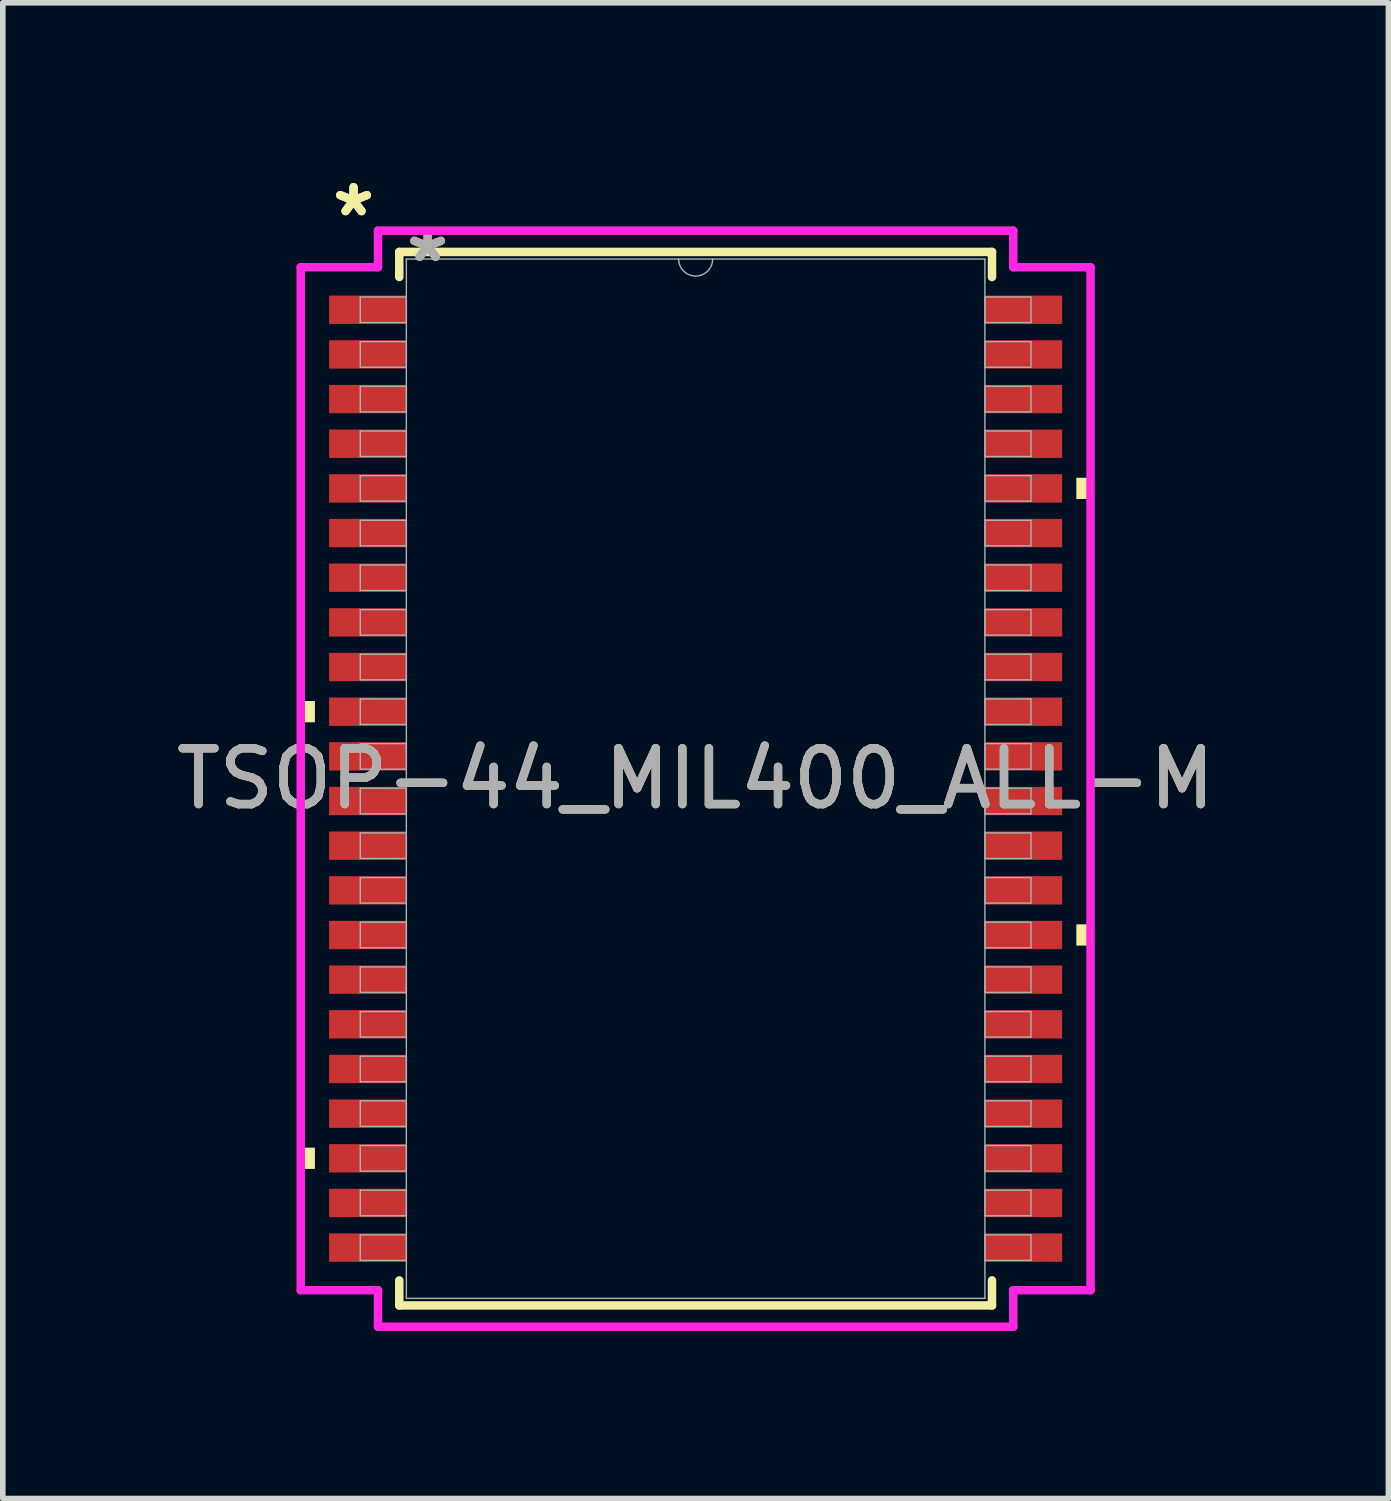
<source format=kicad_pcb>
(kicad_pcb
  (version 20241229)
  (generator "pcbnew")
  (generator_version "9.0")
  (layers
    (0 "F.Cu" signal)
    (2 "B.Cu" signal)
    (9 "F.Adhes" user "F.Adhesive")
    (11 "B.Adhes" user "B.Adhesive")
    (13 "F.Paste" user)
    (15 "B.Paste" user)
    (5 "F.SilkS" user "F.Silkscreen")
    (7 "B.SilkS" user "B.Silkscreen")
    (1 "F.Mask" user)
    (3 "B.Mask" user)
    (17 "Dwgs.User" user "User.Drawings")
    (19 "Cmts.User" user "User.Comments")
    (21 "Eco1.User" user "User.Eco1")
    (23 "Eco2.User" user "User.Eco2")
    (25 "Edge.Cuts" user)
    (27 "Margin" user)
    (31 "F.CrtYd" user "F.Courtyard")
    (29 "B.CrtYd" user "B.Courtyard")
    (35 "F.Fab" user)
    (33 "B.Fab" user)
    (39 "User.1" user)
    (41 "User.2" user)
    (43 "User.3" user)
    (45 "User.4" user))
  (footprint "TSOP-44_MIL400_ALL-M"
    (layer "F.Cu")
    (at 9.411 10.899)
    (property "Reference" "TSOP-44_MIL400_ALL-M" (at 0 0 0) (unlocked yes) (layer "F.SilkS") (effects (font (size 1 1) (thickness 0.15))))
    (attr smd)
    (fp_line (start -5.309 -9.436) (end -5.309 -8.987) (stroke (width 0.152) (type solid)) (layer "F.SilkS"))
    (fp_line (start -5.309 8.987) (end -5.309 9.436) (stroke (width 0.152) (type solid)) (layer "F.SilkS"))
    (fp_line (start -5.309 9.436) (end 5.309 9.436) (stroke (width 0.152) (type solid)) (layer "F.SilkS"))
    (fp_line (start 5.309 -9.436) (end -5.309 -9.436) (stroke (width 0.152) (type solid)) (layer "F.SilkS"))
    (fp_line (start 5.309 -8.987) (end 5.309 -9.436) (stroke (width 0.152) (type solid)) (layer "F.SilkS"))
    (fp_line (start 5.309 9.436) (end 5.309 8.987) (stroke (width 0.152) (type solid)) (layer "F.SilkS"))
    (fp_poly (pts (xy -7.074 -1.391) (xy -7.074 -1.01) (xy -6.82 -1.01) (xy -6.82 -1.391)) (stroke (width 0) (type solid)) (fill yes) (layer "F.SilkS"))
    (fp_poly (pts (xy -7.074 6.609) (xy -7.074 6.99) (xy -6.82 6.99) (xy -6.82 6.609)) (stroke (width 0) (type solid)) (fill yes) (layer "F.SilkS"))
    (fp_poly (pts (xy 7.074 -5.391) (xy 7.074 -5.01) (xy 6.82 -5.01) (xy 6.82 -5.391)) (stroke (width 0) (type solid)) (fill yes) (layer "F.SilkS"))
    (fp_poly (pts (xy 7.074 2.609) (xy 7.074 2.99) (xy 6.82 2.99) (xy 6.82 2.609)) (stroke (width 0) (type solid)) (fill yes) (layer "F.SilkS"))
    (fp_line (start -7.074 -9.162) (end -5.69 -9.162) (stroke (width 0.152) (type solid)) (layer "F.CrtYd"))
    (fp_line (start -7.074 9.162) (end -7.074 -9.162) (stroke (width 0.152) (type solid)) (layer "F.CrtYd"))
    (fp_line (start -7.074 9.162) (end -5.69 9.162) (stroke (width 0.152) (type solid)) (layer "F.CrtYd"))
    (fp_line (start -5.69 -9.817) (end 5.69 -9.817) (stroke (width 0.152) (type solid)) (layer "F.CrtYd"))
    (fp_line (start -5.69 -9.162) (end -5.69 -9.817) (stroke (width 0.152) (type solid)) (layer "F.CrtYd"))
    (fp_line (start -5.69 9.817) (end -5.69 9.162) (stroke (width 0.152) (type solid)) (layer "F.CrtYd"))
    (fp_line (start 5.69 -9.817) (end 5.69 -9.162) (stroke (width 0.152) (type solid)) (layer "F.CrtYd"))
    (fp_line (start 5.69 9.162) (end 5.69 9.817) (stroke (width 0.152) (type solid)) (layer "F.CrtYd"))
    (fp_line (start 5.69 9.817) (end -5.69 9.817) (stroke (width 0.152) (type solid)) (layer "F.CrtYd"))
    (fp_line (start 7.074 -9.162) (end 5.69 -9.162) (stroke (width 0.152) (type solid)) (layer "F.CrtYd"))
    (fp_line (start 7.074 -9.162) (end 7.074 9.162) (stroke (width 0.152) (type solid)) (layer "F.CrtYd"))
    (fp_line (start 7.074 9.162) (end 5.69 9.162) (stroke (width 0.152) (type solid)) (layer "F.CrtYd"))
    (fp_line (start -6.007 -8.629) (end -6.007 -8.171) (stroke (width 0.025) (type solid)) (layer "F.Fab"))
    (fp_line (start -6.007 -8.171) (end -5.182 -8.171) (stroke (width 0.025) (type solid)) (layer "F.Fab"))
    (fp_line (start -6.007 -7.829) (end -6.007 -7.371) (stroke (width 0.025) (type solid)) (layer "F.Fab"))
    (fp_line (start -6.007 -7.371) (end -5.182 -7.371) (stroke (width 0.025) (type solid)) (layer "F.Fab"))
    (fp_line (start -6.007 -7.029) (end -6.007 -6.571) (stroke (width 0.025) (type solid)) (layer "F.Fab"))
    (fp_line (start -6.007 -6.571) (end -5.182 -6.571) (stroke (width 0.025) (type solid)) (layer "F.Fab"))
    (fp_line (start -6.007 -6.229) (end -6.007 -5.771) (stroke (width 0.025) (type solid)) (layer "F.Fab"))
    (fp_line (start -6.007 -5.771) (end -5.182 -5.771) (stroke (width 0.025) (type solid)) (layer "F.Fab"))
    (fp_line (start -6.007 -5.429) (end -6.007 -4.971) (stroke (width 0.025) (type solid)) (layer "F.Fab"))
    (fp_line (start -6.007 -4.971) (end -5.182 -4.971) (stroke (width 0.025) (type solid)) (layer "F.Fab"))
    (fp_line (start -6.007 -4.629) (end -6.007 -4.171) (stroke (width 0.025) (type solid)) (layer "F.Fab"))
    (fp_line (start -6.007 -4.171) (end -5.182 -4.171) (stroke (width 0.025) (type solid)) (layer "F.Fab"))
    (fp_line (start -6.007 -3.829) (end -6.007 -3.371) (stroke (width 0.025) (type solid)) (layer "F.Fab"))
    (fp_line (start -6.007 -3.371) (end -5.182 -3.371) (stroke (width 0.025) (type solid)) (layer "F.Fab"))
    (fp_line (start -6.007 -3.029) (end -6.007 -2.571) (stroke (width 0.025) (type solid)) (layer "F.Fab"))
    (fp_line (start -6.007 -2.571) (end -5.182 -2.571) (stroke (width 0.025) (type solid)) (layer "F.Fab"))
    (fp_line (start -6.007 -2.229) (end -6.007 -1.771) (stroke (width 0.025) (type solid)) (layer "F.Fab"))
    (fp_line (start -6.007 -1.771) (end -5.182 -1.771) (stroke (width 0.025) (type solid)) (layer "F.Fab"))
    (fp_line (start -6.007 -1.429) (end -6.007 -0.971) (stroke (width 0.025) (type solid)) (layer "F.Fab"))
    (fp_line (start -6.007 -0.971) (end -5.182 -0.971) (stroke (width 0.025) (type solid)) (layer "F.Fab"))
    (fp_line (start -6.007 -0.629) (end -6.007 -0.171) (stroke (width 0.025) (type solid)) (layer "F.Fab"))
    (fp_line (start -6.007 -0.171) (end -5.182 -0.171) (stroke (width 0.025) (type solid)) (layer "F.Fab"))
    (fp_line (start -6.007 0.171) (end -6.007 0.629) (stroke (width 0.025) (type solid)) (layer "F.Fab"))
    (fp_line (start -6.007 0.629) (end -5.182 0.629) (stroke (width 0.025) (type solid)) (layer "F.Fab"))
    (fp_line (start -6.007 0.971) (end -6.007 1.429) (stroke (width 0.025) (type solid)) (layer "F.Fab"))
    (fp_line (start -6.007 1.429) (end -5.182 1.429) (stroke (width 0.025) (type solid)) (layer "F.Fab"))
    (fp_line (start -6.007 1.771) (end -6.007 2.229) (stroke (width 0.025) (type solid)) (layer "F.Fab"))
    (fp_line (start -6.007 2.229) (end -5.182 2.229) (stroke (width 0.025) (type solid)) (layer "F.Fab"))
    (fp_line (start -6.007 2.571) (end -6.007 3.029) (stroke (width 0.025) (type solid)) (layer "F.Fab"))
    (fp_line (start -6.007 3.029) (end -5.182 3.029) (stroke (width 0.025) (type solid)) (layer "F.Fab"))
    (fp_line (start -6.007 3.371) (end -6.007 3.829) (stroke (width 0.025) (type solid)) (layer "F.Fab"))
    (fp_line (start -6.007 3.829) (end -5.182 3.829) (stroke (width 0.025) (type solid)) (layer "F.Fab"))
    (fp_line (start -6.007 4.171) (end -6.007 4.629) (stroke (width 0.025) (type solid)) (layer "F.Fab"))
    (fp_line (start -6.007 4.629) (end -5.182 4.629) (stroke (width 0.025) (type solid)) (layer "F.Fab"))
    (fp_line (start -6.007 4.971) (end -6.007 5.429) (stroke (width 0.025) (type solid)) (layer "F.Fab"))
    (fp_line (start -6.007 5.429) (end -5.182 5.429) (stroke (width 0.025) (type solid)) (layer "F.Fab"))
    (fp_line (start -6.007 5.771) (end -6.007 6.229) (stroke (width 0.025) (type solid)) (layer "F.Fab"))
    (fp_line (start -6.007 6.229) (end -5.182 6.229) (stroke (width 0.025) (type solid)) (layer "F.Fab"))
    (fp_line (start -6.007 6.571) (end -6.007 7.029) (stroke (width 0.025) (type solid)) (layer "F.Fab"))
    (fp_line (start -6.007 7.029) (end -5.182 7.029) (stroke (width 0.025) (type solid)) (layer "F.Fab"))
    (fp_line (start -6.007 7.371) (end -6.007 7.829) (stroke (width 0.025) (type solid)) (layer "F.Fab"))
    (fp_line (start -6.007 7.829) (end -5.182 7.829) (stroke (width 0.025) (type solid)) (layer "F.Fab"))
    (fp_line (start -6.007 8.171) (end -6.007 8.629) (stroke (width 0.025) (type solid)) (layer "F.Fab"))
    (fp_line (start -6.007 8.629) (end -5.182 8.629) (stroke (width 0.025) (type solid)) (layer "F.Fab"))
    (fp_line (start -5.182 -9.309) (end -5.182 9.309) (stroke (width 0.025) (type solid)) (layer "F.Fab"))
    (fp_line (start -5.182 -8.629) (end -6.007 -8.629) (stroke (width 0.025) (type solid)) (layer "F.Fab"))
    (fp_line (start -5.182 -8.171) (end -5.182 -8.629) (stroke (width 0.025) (type solid)) (layer "F.Fab"))
    (fp_line (start -5.182 -7.829) (end -6.007 -7.829) (stroke (width 0.025) (type solid)) (layer "F.Fab"))
    (fp_line (start -5.182 -7.371) (end -5.182 -7.829) (stroke (width 0.025) (type solid)) (layer "F.Fab"))
    (fp_line (start -5.182 -7.029) (end -6.007 -7.029) (stroke (width 0.025) (type solid)) (layer "F.Fab"))
    (fp_line (start -5.182 -6.571) (end -5.182 -7.029) (stroke (width 0.025) (type solid)) (layer "F.Fab"))
    (fp_line (start -5.182 -6.229) (end -6.007 -6.229) (stroke (width 0.025) (type solid)) (layer "F.Fab"))
    (fp_line (start -5.182 -5.771) (end -5.182 -6.229) (stroke (width 0.025) (type solid)) (layer "F.Fab"))
    (fp_line (start -5.182 -5.429) (end -6.007 -5.429) (stroke (width 0.025) (type solid)) (layer "F.Fab"))
    (fp_line (start -5.182 -4.971) (end -5.182 -5.429) (stroke (width 0.025) (type solid)) (layer "F.Fab"))
    (fp_line (start -5.182 -4.629) (end -6.007 -4.629) (stroke (width 0.025) (type solid)) (layer "F.Fab"))
    (fp_line (start -5.182 -4.171) (end -5.182 -4.629) (stroke (width 0.025) (type solid)) (layer "F.Fab"))
    (fp_line (start -5.182 -3.829) (end -6.007 -3.829) (stroke (width 0.025) (type solid)) (layer "F.Fab"))
    (fp_line (start -5.182 -3.371) (end -5.182 -3.829) (stroke (width 0.025) (type solid)) (layer "F.Fab"))
    (fp_line (start -5.182 -3.029) (end -6.007 -3.029) (stroke (width 0.025) (type solid)) (layer "F.Fab"))
    (fp_line (start -5.182 -2.571) (end -5.182 -3.029) (stroke (width 0.025) (type solid)) (layer "F.Fab"))
    (fp_line (start -5.182 -2.229) (end -6.007 -2.229) (stroke (width 0.025) (type solid)) (layer "F.Fab"))
    (fp_line (start -5.182 -1.771) (end -5.182 -2.229) (stroke (width 0.025) (type solid)) (layer "F.Fab"))
    (fp_line (start -5.182 -1.429) (end -6.007 -1.429) (stroke (width 0.025) (type solid)) (layer "F.Fab"))
    (fp_line (start -5.182 -0.971) (end -5.182 -1.429) (stroke (width 0.025) (type solid)) (layer "F.Fab"))
    (fp_line (start -5.182 -0.629) (end -6.007 -0.629) (stroke (width 0.025) (type solid)) (layer "F.Fab"))
    (fp_line (start -5.182 -0.171) (end -5.182 -0.629) (stroke (width 0.025) (type solid)) (layer "F.Fab"))
    (fp_line (start -5.182 0.171) (end -6.007 0.171) (stroke (width 0.025) (type solid)) (layer "F.Fab"))
    (fp_line (start -5.182 0.629) (end -5.182 0.171) (stroke (width 0.025) (type solid)) (layer "F.Fab"))
    (fp_line (start -5.182 0.971) (end -6.007 0.971) (stroke (width 0.025) (type solid)) (layer "F.Fab"))
    (fp_line (start -5.182 1.429) (end -5.182 0.971) (stroke (width 0.025) (type solid)) (layer "F.Fab"))
    (fp_line (start -5.182 1.771) (end -6.007 1.771) (stroke (width 0.025) (type solid)) (layer "F.Fab"))
    (fp_line (start -5.182 2.229) (end -5.182 1.771) (stroke (width 0.025) (type solid)) (layer "F.Fab"))
    (fp_line (start -5.182 2.571) (end -6.007 2.571) (stroke (width 0.025) (type solid)) (layer "F.Fab"))
    (fp_line (start -5.182 3.029) (end -5.182 2.571) (stroke (width 0.025) (type solid)) (layer "F.Fab"))
    (fp_line (start -5.182 3.371) (end -6.007 3.371) (stroke (width 0.025) (type solid)) (layer "F.Fab"))
    (fp_line (start -5.182 3.829) (end -5.182 3.371) (stroke (width 0.025) (type solid)) (layer "F.Fab"))
    (fp_line (start -5.182 4.171) (end -6.007 4.171) (stroke (width 0.025) (type solid)) (layer "F.Fab"))
    (fp_line (start -5.182 4.629) (end -5.182 4.171) (stroke (width 0.025) (type solid)) (layer "F.Fab"))
    (fp_line (start -5.182 4.971) (end -6.007 4.971) (stroke (width 0.025) (type solid)) (layer "F.Fab"))
    (fp_line (start -5.182 5.429) (end -5.182 4.971) (stroke (width 0.025) (type solid)) (layer "F.Fab"))
    (fp_line (start -5.182 5.771) (end -6.007 5.771) (stroke (width 0.025) (type solid)) (layer "F.Fab"))
    (fp_line (start -5.182 6.229) (end -5.182 5.771) (stroke (width 0.025) (type solid)) (layer "F.Fab"))
    (fp_line (start -5.182 6.571) (end -6.007 6.571) (stroke (width 0.025) (type solid)) (layer "F.Fab"))
    (fp_line (start -5.182 7.029) (end -5.182 6.571) (stroke (width 0.025) (type solid)) (layer "F.Fab"))
    (fp_line (start -5.182 7.371) (end -6.007 7.371) (stroke (width 0.025) (type solid)) (layer "F.Fab"))
    (fp_line (start -5.182 7.829) (end -5.182 7.371) (stroke (width 0.025) (type solid)) (layer "F.Fab"))
    (fp_line (start -5.182 8.171) (end -6.007 8.171) (stroke (width 0.025) (type solid)) (layer "F.Fab"))
    (fp_line (start -5.182 8.629) (end -5.182 8.171) (stroke (width 0.025) (type solid)) (layer "F.Fab"))
    (fp_line (start -5.182 9.309) (end 5.182 9.309) (stroke (width 0.025) (type solid)) (layer "F.Fab"))
    (fp_line (start 5.182 -9.309) (end -5.182 -9.309) (stroke (width 0.025) (type solid)) (layer "F.Fab"))
    (fp_line (start 5.182 -8.629) (end 5.182 -8.171) (stroke (width 0.025) (type solid)) (layer "F.Fab"))
    (fp_line (start 5.182 -8.171) (end 6.007 -8.171) (stroke (width 0.025) (type solid)) (layer "F.Fab"))
    (fp_line (start 5.182 -7.829) (end 5.182 -7.371) (stroke (width 0.025) (type solid)) (layer "F.Fab"))
    (fp_line (start 5.182 -7.371) (end 6.007 -7.371) (stroke (width 0.025) (type solid)) (layer "F.Fab"))
    (fp_line (start 5.182 -7.029) (end 5.182 -6.571) (stroke (width 0.025) (type solid)) (layer "F.Fab"))
    (fp_line (start 5.182 -6.571) (end 6.007 -6.571) (stroke (width 0.025) (type solid)) (layer "F.Fab"))
    (fp_line (start 5.182 -6.229) (end 5.182 -5.771) (stroke (width 0.025) (type solid)) (layer "F.Fab"))
    (fp_line (start 5.182 -5.771) (end 6.007 -5.771) (stroke (width 0.025) (type solid)) (layer "F.Fab"))
    (fp_line (start 5.182 -5.429) (end 5.182 -4.971) (stroke (width 0.025) (type solid)) (layer "F.Fab"))
    (fp_line (start 5.182 -4.971) (end 6.007 -4.971) (stroke (width 0.025) (type solid)) (layer "F.Fab"))
    (fp_line (start 5.182 -4.629) (end 5.182 -4.171) (stroke (width 0.025) (type solid)) (layer "F.Fab"))
    (fp_line (start 5.182 -4.171) (end 6.007 -4.171) (stroke (width 0.025) (type solid)) (layer "F.Fab"))
    (fp_line (start 5.182 -3.829) (end 5.182 -3.371) (stroke (width 0.025) (type solid)) (layer "F.Fab"))
    (fp_line (start 5.182 -3.371) (end 6.007 -3.371) (stroke (width 0.025) (type solid)) (layer "F.Fab"))
    (fp_line (start 5.182 -3.029) (end 5.182 -2.571) (stroke (width 0.025) (type solid)) (layer "F.Fab"))
    (fp_line (start 5.182 -2.571) (end 6.007 -2.571) (stroke (width 0.025) (type solid)) (layer "F.Fab"))
    (fp_line (start 5.182 -2.229) (end 5.182 -1.771) (stroke (width 0.025) (type solid)) (layer "F.Fab"))
    (fp_line (start 5.182 -1.771) (end 6.007 -1.771) (stroke (width 0.025) (type solid)) (layer "F.Fab"))
    (fp_line (start 5.182 -1.429) (end 5.182 -0.971) (stroke (width 0.025) (type solid)) (layer "F.Fab"))
    (fp_line (start 5.182 -0.971) (end 6.007 -0.971) (stroke (width 0.025) (type solid)) (layer "F.Fab"))
    (fp_line (start 5.182 -0.629) (end 5.182 -0.171) (stroke (width 0.025) (type solid)) (layer "F.Fab"))
    (fp_line (start 5.182 -0.171) (end 6.007 -0.171) (stroke (width 0.025) (type solid)) (layer "F.Fab"))
    (fp_line (start 5.182 0.171) (end 5.182 0.629) (stroke (width 0.025) (type solid)) (layer "F.Fab"))
    (fp_line (start 5.182 0.629) (end 6.007 0.629) (stroke (width 0.025) (type solid)) (layer "F.Fab"))
    (fp_line (start 5.182 0.971) (end 5.182 1.429) (stroke (width 0.025) (type solid)) (layer "F.Fab"))
    (fp_line (start 5.182 1.429) (end 6.007 1.429) (stroke (width 0.025) (type solid)) (layer "F.Fab"))
    (fp_line (start 5.182 1.771) (end 5.182 2.229) (stroke (width 0.025) (type solid)) (layer "F.Fab"))
    (fp_line (start 5.182 2.229) (end 6.007 2.229) (stroke (width 0.025) (type solid)) (layer "F.Fab"))
    (fp_line (start 5.182 2.571) (end 5.182 3.029) (stroke (width 0.025) (type solid)) (layer "F.Fab"))
    (fp_line (start 5.182 3.029) (end 6.007 3.029) (stroke (width 0.025) (type solid)) (layer "F.Fab"))
    (fp_line (start 5.182 3.371) (end 5.182 3.829) (stroke (width 0.025) (type solid)) (layer "F.Fab"))
    (fp_line (start 5.182 3.829) (end 6.007 3.829) (stroke (width 0.025) (type solid)) (layer "F.Fab"))
    (fp_line (start 5.182 4.171) (end 5.182 4.629) (stroke (width 0.025) (type solid)) (layer "F.Fab"))
    (fp_line (start 5.182 4.629) (end 6.007 4.629) (stroke (width 0.025) (type solid)) (layer "F.Fab"))
    (fp_line (start 5.182 4.971) (end 5.182 5.429) (stroke (width 0.025) (type solid)) (layer "F.Fab"))
    (fp_line (start 5.182 5.429) (end 6.007 5.429) (stroke (width 0.025) (type solid)) (layer "F.Fab"))
    (fp_line (start 5.182 5.771) (end 5.182 6.229) (stroke (width 0.025) (type solid)) (layer "F.Fab"))
    (fp_line (start 5.182 6.229) (end 6.007 6.229) (stroke (width 0.025) (type solid)) (layer "F.Fab"))
    (fp_line (start 5.182 6.571) (end 5.182 7.029) (stroke (width 0.025) (type solid)) (layer "F.Fab"))
    (fp_line (start 5.182 7.029) (end 6.007 7.029) (stroke (width 0.025) (type solid)) (layer "F.Fab"))
    (fp_line (start 5.182 7.371) (end 5.182 7.829) (stroke (width 0.025) (type solid)) (layer "F.Fab"))
    (fp_line (start 5.182 7.829) (end 6.007 7.829) (stroke (width 0.025) (type solid)) (layer "F.Fab"))
    (fp_line (start 5.182 8.171) (end 5.182 8.629) (stroke (width 0.025) (type solid)) (layer "F.Fab"))
    (fp_line (start 5.182 8.629) (end 6.007 8.629) (stroke (width 0.025) (type solid)) (layer "F.Fab"))
    (fp_line (start 5.182 9.309) (end 5.182 -9.309) (stroke (width 0.025) (type solid)) (layer "F.Fab"))
    (fp_line (start 6.007 -8.629) (end 5.182 -8.629) (stroke (width 0.025) (type solid)) (layer "F.Fab"))
    (fp_line (start 6.007 -8.171) (end 6.007 -8.629) (stroke (width 0.025) (type solid)) (layer "F.Fab"))
    (fp_line (start 6.007 -7.829) (end 5.182 -7.829) (stroke (width 0.025) (type solid)) (layer "F.Fab"))
    (fp_line (start 6.007 -7.371) (end 6.007 -7.829) (stroke (width 0.025) (type solid)) (layer "F.Fab"))
    (fp_line (start 6.007 -7.029) (end 5.182 -7.029) (stroke (width 0.025) (type solid)) (layer "F.Fab"))
    (fp_line (start 6.007 -6.571) (end 6.007 -7.029) (stroke (width 0.025) (type solid)) (layer "F.Fab"))
    (fp_line (start 6.007 -6.229) (end 5.182 -6.229) (stroke (width 0.025) (type solid)) (layer "F.Fab"))
    (fp_line (start 6.007 -5.771) (end 6.007 -6.229) (stroke (width 0.025) (type solid)) (layer "F.Fab"))
    (fp_line (start 6.007 -5.429) (end 5.182 -5.429) (stroke (width 0.025) (type solid)) (layer "F.Fab"))
    (fp_line (start 6.007 -4.971) (end 6.007 -5.429) (stroke (width 0.025) (type solid)) (layer "F.Fab"))
    (fp_line (start 6.007 -4.629) (end 5.182 -4.629) (stroke (width 0.025) (type solid)) (layer "F.Fab"))
    (fp_line (start 6.007 -4.171) (end 6.007 -4.629) (stroke (width 0.025) (type solid)) (layer "F.Fab"))
    (fp_line (start 6.007 -3.829) (end 5.182 -3.829) (stroke (width 0.025) (type solid)) (layer "F.Fab"))
    (fp_line (start 6.007 -3.371) (end 6.007 -3.829) (stroke (width 0.025) (type solid)) (layer "F.Fab"))
    (fp_line (start 6.007 -3.029) (end 5.182 -3.029) (stroke (width 0.025) (type solid)) (layer "F.Fab"))
    (fp_line (start 6.007 -2.571) (end 6.007 -3.029) (stroke (width 0.025) (type solid)) (layer "F.Fab"))
    (fp_line (start 6.007 -2.229) (end 5.182 -2.229) (stroke (width 0.025) (type solid)) (layer "F.Fab"))
    (fp_line (start 6.007 -1.771) (end 6.007 -2.229) (stroke (width 0.025) (type solid)) (layer "F.Fab"))
    (fp_line (start 6.007 -1.429) (end 5.182 -1.429) (stroke (width 0.025) (type solid)) (layer "F.Fab"))
    (fp_line (start 6.007 -0.971) (end 6.007 -1.429) (stroke (width 0.025) (type solid)) (layer "F.Fab"))
    (fp_line (start 6.007 -0.629) (end 5.182 -0.629) (stroke (width 0.025) (type solid)) (layer "F.Fab"))
    (fp_line (start 6.007 -0.171) (end 6.007 -0.629) (stroke (width 0.025) (type solid)) (layer "F.Fab"))
    (fp_line (start 6.007 0.171) (end 5.182 0.171) (stroke (width 0.025) (type solid)) (layer "F.Fab"))
    (fp_line (start 6.007 0.629) (end 6.007 0.171) (stroke (width 0.025) (type solid)) (layer "F.Fab"))
    (fp_line (start 6.007 0.971) (end 5.182 0.971) (stroke (width 0.025) (type solid)) (layer "F.Fab"))
    (fp_line (start 6.007 1.429) (end 6.007 0.971) (stroke (width 0.025) (type solid)) (layer "F.Fab"))
    (fp_line (start 6.007 1.771) (end 5.182 1.771) (stroke (width 0.025) (type solid)) (layer "F.Fab"))
    (fp_line (start 6.007 2.229) (end 6.007 1.771) (stroke (width 0.025) (type solid)) (layer "F.Fab"))
    (fp_line (start 6.007 2.571) (end 5.182 2.571) (stroke (width 0.025) (type solid)) (layer "F.Fab"))
    (fp_line (start 6.007 3.029) (end 6.007 2.571) (stroke (width 0.025) (type solid)) (layer "F.Fab"))
    (fp_line (start 6.007 3.371) (end 5.182 3.371) (stroke (width 0.025) (type solid)) (layer "F.Fab"))
    (fp_line (start 6.007 3.829) (end 6.007 3.371) (stroke (width 0.025) (type solid)) (layer "F.Fab"))
    (fp_line (start 6.007 4.171) (end 5.182 4.171) (stroke (width 0.025) (type solid)) (layer "F.Fab"))
    (fp_line (start 6.007 4.629) (end 6.007 4.171) (stroke (width 0.025) (type solid)) (layer "F.Fab"))
    (fp_line (start 6.007 4.971) (end 5.182 4.971) (stroke (width 0.025) (type solid)) (layer "F.Fab"))
    (fp_line (start 6.007 5.429) (end 6.007 4.971) (stroke (width 0.025) (type solid)) (layer "F.Fab"))
    (fp_line (start 6.007 5.771) (end 5.182 5.771) (stroke (width 0.025) (type solid)) (layer "F.Fab"))
    (fp_line (start 6.007 6.229) (end 6.007 5.771) (stroke (width 0.025) (type solid)) (layer "F.Fab"))
    (fp_line (start 6.007 6.571) (end 5.182 6.571) (stroke (width 0.025) (type solid)) (layer "F.Fab"))
    (fp_line (start 6.007 7.029) (end 6.007 6.571) (stroke (width 0.025) (type solid)) (layer "F.Fab"))
    (fp_line (start 6.007 7.371) (end 5.182 7.371) (stroke (width 0.025) (type solid)) (layer "F.Fab"))
    (fp_line (start 6.007 7.829) (end 6.007 7.371) (stroke (width 0.025) (type solid)) (layer "F.Fab"))
    (fp_line (start 6.007 8.171) (end 5.182 8.171) (stroke (width 0.025) (type solid)) (layer "F.Fab"))
    (fp_line (start 6.007 8.629) (end 6.007 8.171) (stroke (width 0.025) (type solid)) (layer "F.Fab"))
    (fp_arc (start 0.3048 -9.3091) (mid 0 -9.0043) (end -0.3048 -9.3091) (stroke (width 0.0254) (type solid)) (layer "F.Fab"))
    (fp_text user "*" (at -6.128 -10.051 0) (layer "F.SilkS") (effects (font (size 1 1) (thickness 0.15))))
    (fp_text user "*" (at -6.128 -10.051 0) (unlocked yes) (layer "F.SilkS") (effects (font (size 1 1) (thickness 0.15))))
    (fp_text user "${REFERENCE}" (at 0 0 0) (unlocked yes) (layer "F.Fab") (effects (font (size 1 1) (thickness 0.15))))
    (fp_text user "*" (at -4.801 -9.233 0) (unlocked yes) (layer "F.Fab") (effects (font (size 1 1) (thickness 0.15))))
    (fp_text user "*" (at -4.801 -9.233 0) (layer "F.Fab") (effects (font (size 1 1) (thickness 0.15))))
    (pad "1" smd rect (at -5.874 -8.4) (size 1.384 0.508) (layers "F.Cu" "F.Mask" "F.Paste"))
    (pad "2" smd rect (at -5.874 -7.6) (size 1.384 0.508) (layers "F.Cu" "F.Mask" "F.Paste"))
    (pad "3" smd rect (at -5.874 -6.8) (size 1.384 0.508) (layers "F.Cu" "F.Mask" "F.Paste"))
    (pad "4" smd rect (at -5.874 -6) (size 1.384 0.508) (layers "F.Cu" "F.Mask" "F.Paste"))
    (pad "5" smd rect (at -5.874 -5.2) (size 1.384 0.508) (layers "F.Cu" "F.Mask" "F.Paste"))
    (pad "6" smd rect (at -5.874 -4.4) (size 1.384 0.508) (layers "F.Cu" "F.Mask" "F.Paste"))
    (pad "7" smd rect (at -5.874 -3.6) (size 1.384 0.508) (layers "F.Cu" "F.Mask" "F.Paste"))
    (pad "8" smd rect (at -5.874 -2.8) (size 1.384 0.508) (layers "F.Cu" "F.Mask" "F.Paste"))
    (pad "9" smd rect (at -5.874 -2) (size 1.384 0.508) (layers "F.Cu" "F.Mask" "F.Paste"))
    (pad "10" smd rect (at -5.874 -1.2) (size 1.384 0.508) (layers "F.Cu" "F.Mask" "F.Paste"))
    (pad "11" smd rect (at -5.874 -0.4) (size 1.384 0.508) (layers "F.Cu" "F.Mask" "F.Paste"))
    (pad "12" smd rect (at -5.874 0.4) (size 1.384 0.508) (layers "F.Cu" "F.Mask" "F.Paste"))
    (pad "13" smd rect (at -5.874 1.2) (size 1.384 0.508) (layers "F.Cu" "F.Mask" "F.Paste"))
    (pad "14" smd rect (at -5.874 2) (size 1.384 0.508) (layers "F.Cu" "F.Mask" "F.Paste"))
    (pad "15" smd rect (at -5.874 2.8) (size 1.384 0.508) (layers "F.Cu" "F.Mask" "F.Paste"))
    (pad "16" smd rect (at -5.874 3.6) (size 1.384 0.508) (layers "F.Cu" "F.Mask" "F.Paste"))
    (pad "17" smd rect (at -5.874 4.4) (size 1.384 0.508) (layers "F.Cu" "F.Mask" "F.Paste"))
    (pad "18" smd rect (at -5.874 5.2) (size 1.384 0.508) (layers "F.Cu" "F.Mask" "F.Paste"))
    (pad "19" smd rect (at -5.874 6) (size 1.384 0.508) (layers "F.Cu" "F.Mask" "F.Paste"))
    (pad "20" smd rect (at -5.874 6.8) (size 1.384 0.508) (layers "F.Cu" "F.Mask" "F.Paste"))
    (pad "21" smd rect (at -5.874 7.6) (size 1.384 0.508) (layers "F.Cu" "F.Mask" "F.Paste"))
    (pad "22" smd rect (at -5.874 8.4) (size 1.384 0.508) (layers "F.Cu" "F.Mask" "F.Paste"))
    (pad "23" smd rect (at 5.874 8.4) (size 1.384 0.508) (layers "F.Cu" "F.Mask" "F.Paste"))
    (pad "24" smd rect (at 5.874 7.6) (size 1.384 0.508) (layers "F.Cu" "F.Mask" "F.Paste"))
    (pad "25" smd rect (at 5.874 6.8) (size 1.384 0.508) (layers "F.Cu" "F.Mask" "F.Paste"))
    (pad "26" smd rect (at 5.874 6) (size 1.384 0.508) (layers "F.Cu" "F.Mask" "F.Paste"))
    (pad "27" smd rect (at 5.874 5.2) (size 1.384 0.508) (layers "F.Cu" "F.Mask" "F.Paste"))
    (pad "28" smd rect (at 5.874 4.4) (size 1.384 0.508) (layers "F.Cu" "F.Mask" "F.Paste"))
    (pad "29" smd rect (at 5.874 3.6) (size 1.384 0.508) (layers "F.Cu" "F.Mask" "F.Paste"))
    (pad "30" smd rect (at 5.874 2.8) (size 1.384 0.508) (layers "F.Cu" "F.Mask" "F.Paste"))
    (pad "31" smd rect (at 5.874 2) (size 1.384 0.508) (layers "F.Cu" "F.Mask" "F.Paste"))
    (pad "32" smd rect (at 5.874 1.2) (size 1.384 0.508) (layers "F.Cu" "F.Mask" "F.Paste"))
    (pad "33" smd rect (at 5.874 0.4) (size 1.384 0.508) (layers "F.Cu" "F.Mask" "F.Paste"))
    (pad "34" smd rect (at 5.874 -0.4) (size 1.384 0.508) (layers "F.Cu" "F.Mask" "F.Paste"))
    (pad "35" smd rect (at 5.874 -1.2) (size 1.384 0.508) (layers "F.Cu" "F.Mask" "F.Paste"))
    (pad "36" smd rect (at 5.874 -2) (size 1.384 0.508) (layers "F.Cu" "F.Mask" "F.Paste"))
    (pad "37" smd rect (at 5.874 -2.8) (size 1.384 0.508) (layers "F.Cu" "F.Mask" "F.Paste"))
    (pad "38" smd rect (at 5.874 -3.6) (size 1.384 0.508) (layers "F.Cu" "F.Mask" "F.Paste"))
    (pad "39" smd rect (at 5.874 -4.4) (size 1.384 0.508) (layers "F.Cu" "F.Mask" "F.Paste"))
    (pad "40" smd rect (at 5.874 -5.2) (size 1.384 0.508) (layers "F.Cu" "F.Mask" "F.Paste"))
    (pad "41" smd rect (at 5.874 -6) (size 1.384 0.508) (layers "F.Cu" "F.Mask" "F.Paste"))
    (pad "42" smd rect (at 5.874 -6.8) (size 1.384 0.508) (layers "F.Cu" "F.Mask" "F.Paste"))
    (pad "43" smd rect (at 5.874 -7.6) (size 1.384 0.508) (layers "F.Cu" "F.Mask" "F.Paste"))
    (pad "44" smd rect (at 5.874 -8.4) (size 1.384 0.508) (layers "F.Cu" "F.Mask" "F.Paste")))
  (gr_rect
    (start -3 -3)
    (end 21.821 23.793)
    (stroke (width 0.1) (type default))
    (fill no)
    (layer "Edge.Cuts")))
</source>
